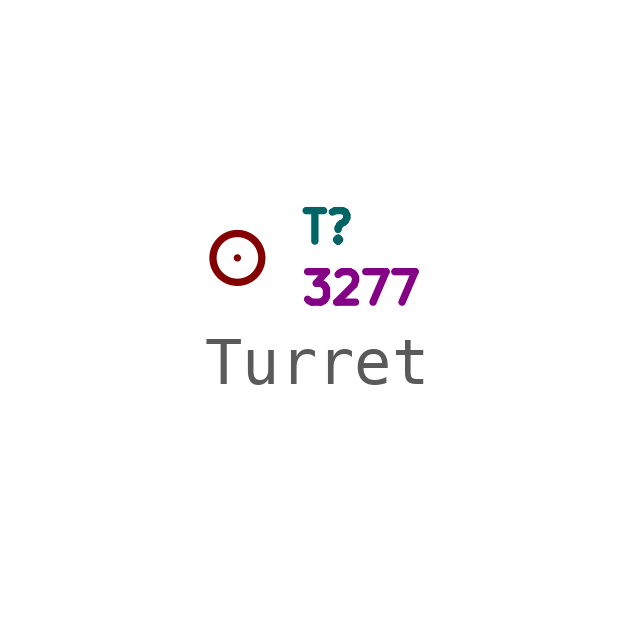
<source format=kicad_sym>
(kicad_symbol_lib
  (version 20220914)
  (generator kicad_symbol_editor)
  (symbol "Turret"
    (pin_numbers hide)
    (pin_names
      (offset 0.762) hide)
    (property "Reference" "T"
      (at 1.27 0.635 0)
      (effects (font (size 0.635 0.635)) (justify left)))
    (property "Mfr PN" "3277"
      (at 1.27 -0.635 0)
      (effects (font (size 0.635 0.635)) (justify left)))
    (symbol "Turret_0_1"
      (circle (center 0 0) (radius 0.508) (stroke (width 0) (type default)) (fill (type none))))
    (symbol "Turret_1_1"
      (pin passive line (at 0 0 90) (length 0) (name "1" (effects (font (size 1.27 1.27)))) (number "1" (effects (font (size 1.27 1.27))))))))
</source>
